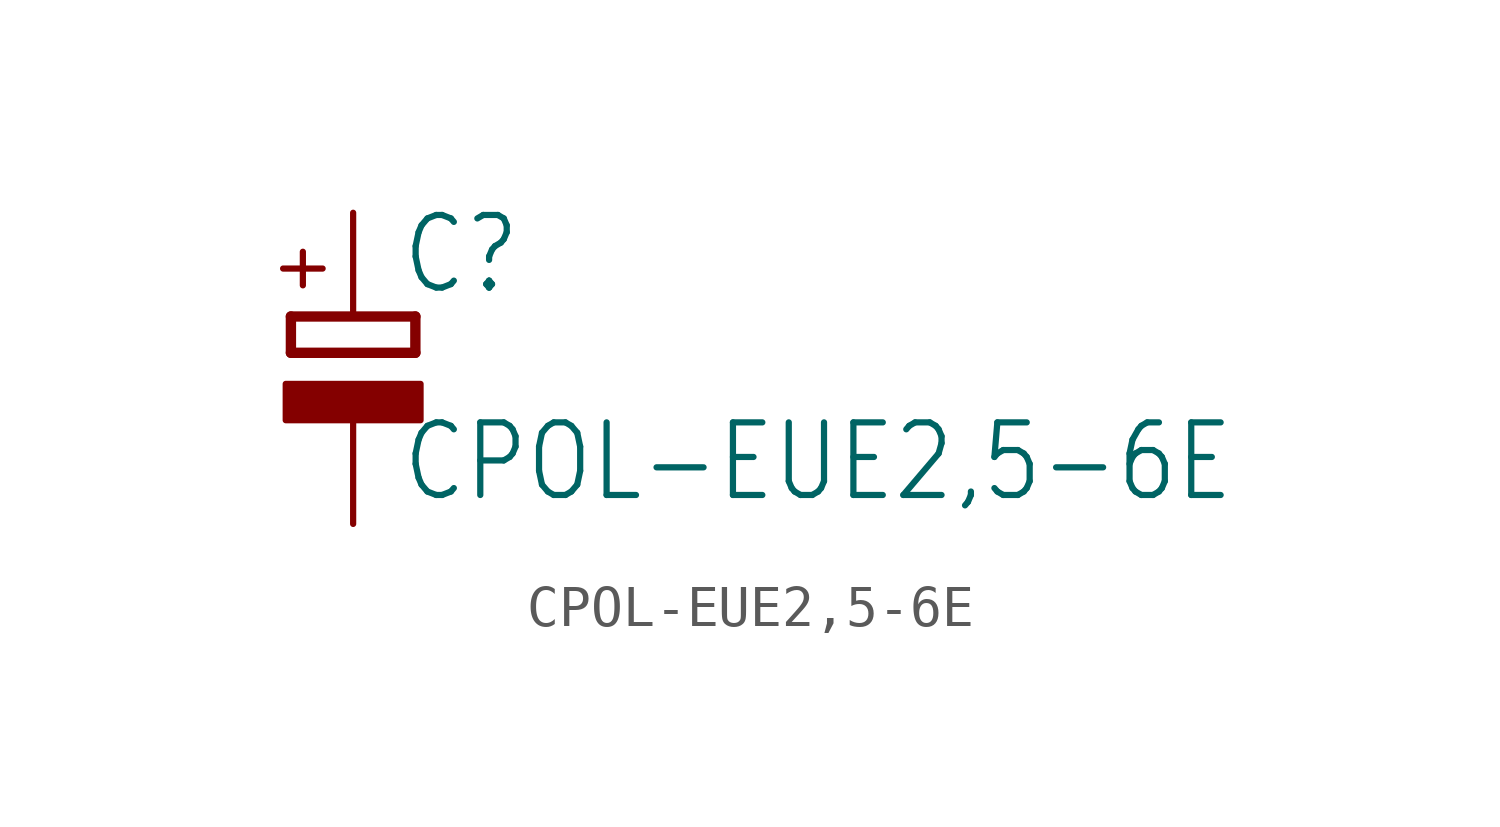
<source format=kicad_sym>
(kicad_symbol_lib
  (version 20211014)
  (generator kicad_symbol_editor)
  (symbol "CPOL-EUE2,5-6E"
    (property "Reference" "C"
      (at 1.143 0.483 0)
      (effects (font (size 1.778 1.511)) (justify left bottom)))
    (property "Value" "CPOL-EUE2,5-6E"
      (at 1.143 -4.597 0)
      (effects (font (size 1.778 1.511)) (justify left bottom)))
    (property "ki_locked" ""
      (at 0 0 0)
      (effects (font (size 1.27 1.27))))
    (symbol "CPOL-EUE2,5-6E_1_0"
      (rectangle (start -1.651 -2.54) (end 1.651 -1.651) (stroke (width 0) (type default) (color 0 0 0 0)) (fill (type outline)))
      (polyline (pts (xy -1.524 -0.889) (xy 1.524 -0.889)) (stroke (width 0.254) (type default) (color 0 0 0 0)) (fill (type none)))
      (polyline (pts (xy -1.524 0) (xy -1.524 -0.889)) (stroke (width 0.254) (type default) (color 0 0 0 0)) (fill (type none)))
      (polyline (pts (xy -1.524 0) (xy 1.524 0)) (stroke (width 0.254) (type default) (color 0 0 0 0)) (fill (type none)))
      (polyline (pts (xy 1.524 -0.889) (xy 1.524 0)) (stroke (width 0.254) (type default) (color 0 0 0 0)) (fill (type none)))
      (text "+" (at -0.584 0.406 900) (effects (font (size 1.27 1.079)) (justify left bottom)))
      (pin passive line (at 0 2.54 270) (length 2.54) (name "+" (effects (font (size 0 0)))) (number "+" (effects (font (size 0 0)))))
      (pin passive line (at 0 -5.08 90) (length 2.54) (name "-" (effects (font (size 0 0)))) (number "-" (effects (font (size 0 0))))))))
</source>
